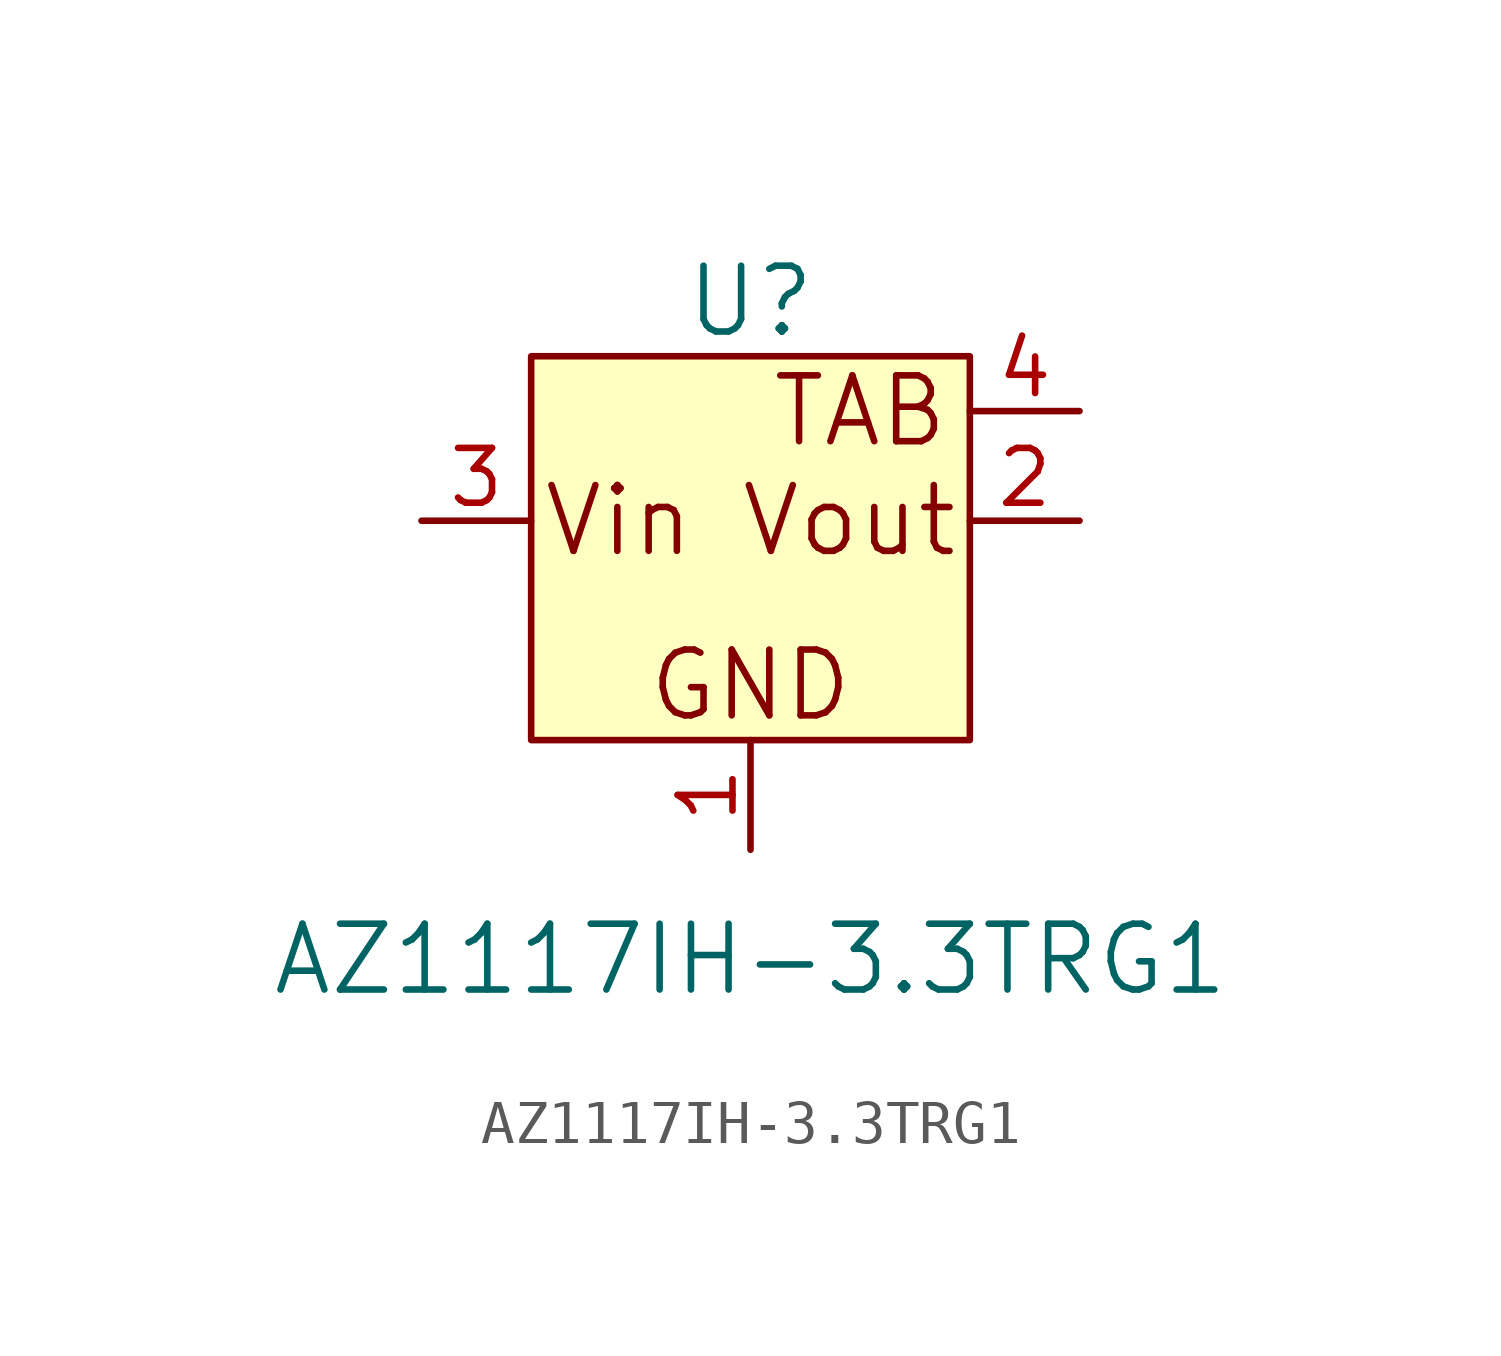
<source format=kicad_sym>
(kicad_symbol_lib
  (version 20241209)
  (generator "kicad_symbol_editor")
  (generator_version "9.0")
  (symbol "AZ1117IH-3.3TRG1"
    (pin_names
      (offset 0)
      (hide yes))
    (property "Reference" "U"
      (at 0 5.08 0)
      (effects (font (size 1.524 1.524))))
    (property "Value" "AZ1117IH-3.3TRG1"
      (at 0 -10.16 0)
      (effects (font (size 1.524 1.524))))
    (symbol "AZ1117IH-3.3TRG1_0_0"
      (rectangle (start -5.08 -5.08) (end 5.08 3.81) (stroke (width 0) (type default)) (fill (type background)))
      (text "Vin" (at -3.048 0 0) (effects (font (size 1.524 1.524))))
      (text "GND" (at 0 -3.81 0) (effects (font (size 1.524 1.524))))
      (text "Vout" (at 2.286 0 0) (effects (font (size 1.524 1.524))))
      (text "TAB" (at 2.54 2.54 0) (effects (font (size 1.524 1.524)))))
    (symbol "AZ1117IH-3.3TRG1_1_1"
      (pin power_in line (at -7.62 0 0) (length 2.54) (name "Vin" (effects (font (size 1.27 1.27)))) (number "3" (effects (font (size 1.27 1.27)))))
      (pin power_in line (at 0 -7.62 90) (length 2.54) (name "GND" (effects (font (size 1.27 1.27)))) (number "1" (effects (font (size 1.27 1.27)))))
      (pin input line (at 7.62 2.54 180) (length 2.54) (name "Vout_(TAB)" (effects (font (size 1.27 1.27)))) (number "4" (effects (font (size 1.27 1.27)))))
      (pin power_out line (at 7.62 0 180) (length 2.54) (name "Vout" (effects (font (size 1.27 1.27)))) (number "2" (effects (font (size 1.27 1.27))))))))
</source>
